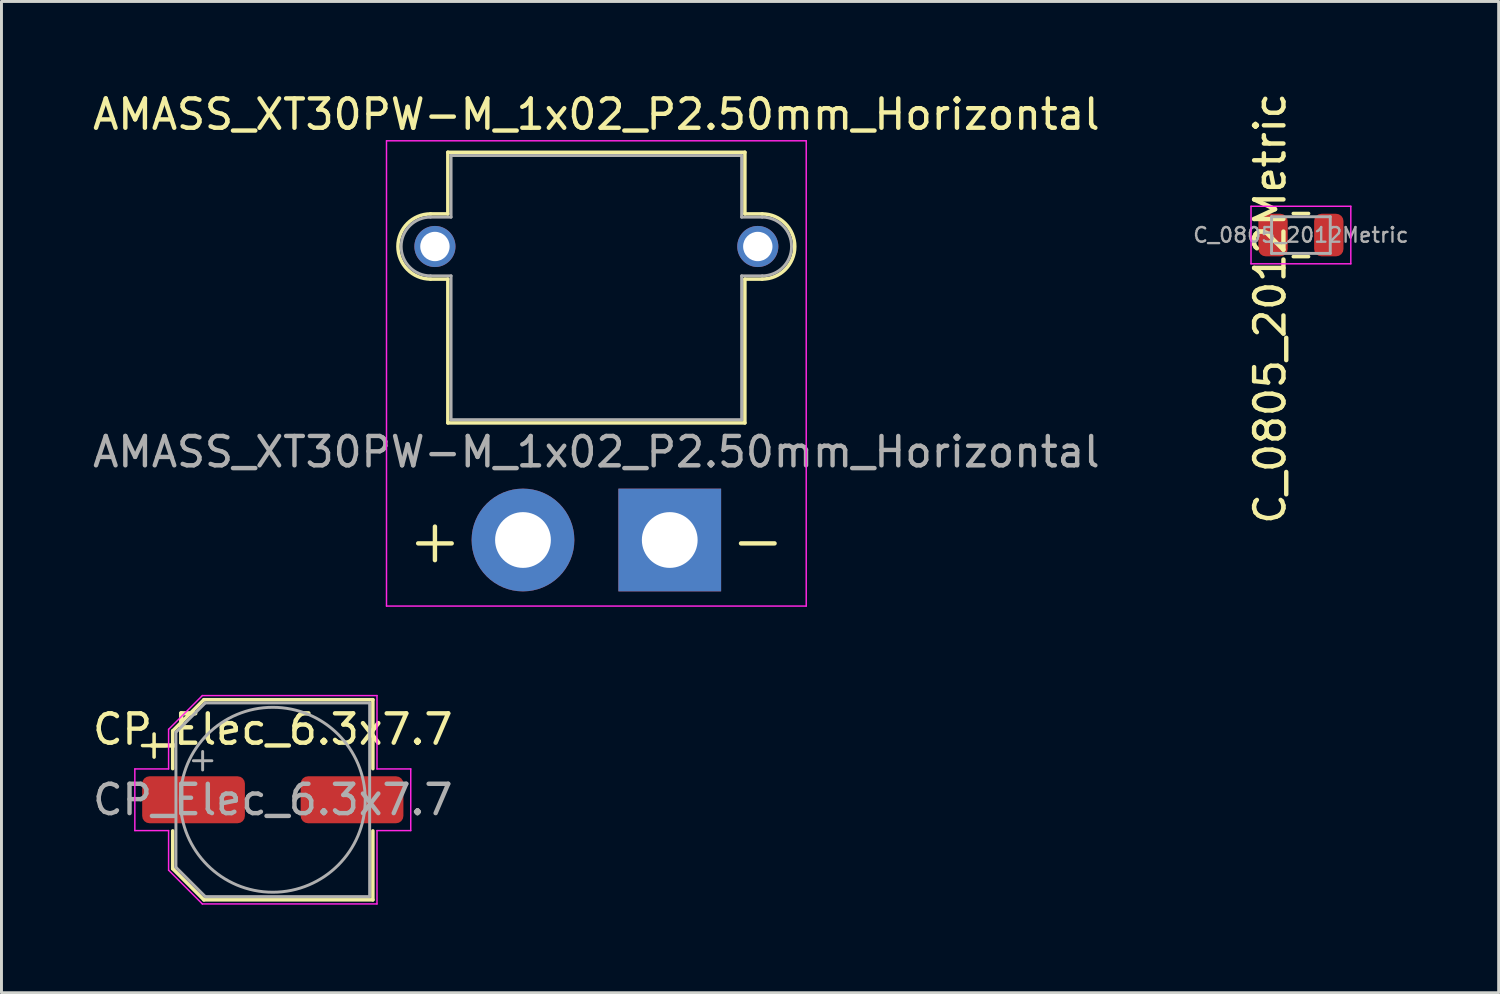
<source format=kicad_pcb>
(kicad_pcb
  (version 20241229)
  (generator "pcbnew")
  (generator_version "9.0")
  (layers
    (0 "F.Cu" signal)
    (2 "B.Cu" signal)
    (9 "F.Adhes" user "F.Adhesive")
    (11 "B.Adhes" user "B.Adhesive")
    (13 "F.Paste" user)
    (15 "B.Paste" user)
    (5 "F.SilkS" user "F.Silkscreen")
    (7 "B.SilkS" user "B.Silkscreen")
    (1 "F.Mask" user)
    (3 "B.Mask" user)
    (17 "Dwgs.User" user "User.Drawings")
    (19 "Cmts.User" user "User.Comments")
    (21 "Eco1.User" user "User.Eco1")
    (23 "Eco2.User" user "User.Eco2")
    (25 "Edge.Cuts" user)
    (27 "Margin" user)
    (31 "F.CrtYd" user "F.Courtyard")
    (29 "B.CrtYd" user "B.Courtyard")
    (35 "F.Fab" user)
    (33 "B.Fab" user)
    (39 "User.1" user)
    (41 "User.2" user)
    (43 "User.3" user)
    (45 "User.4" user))
  (footprint "AMASS_XT30PW-M_1x02_P2.50mm_Horizontal"
    (layer "F.Cu")
    (at 19.768 15.348)
    (property "Reference" "AMASS_XT30PW-M_1x02_P2.50mm_Horizontal" (at -2.5 -14.5 0) (layer "F.SilkS") (effects (font (size 1 1) (thickness 0.15))))
    (attr through_hole)
    (fp_line (start -8.15 -11.11) (end -7.56 -11.11) (stroke (width 0.12) (type solid)) (layer "F.SilkS"))
    (fp_line (start -8.15 -8.89) (end -7.56 -8.89) (stroke (width 0.12) (type solid)) (layer "F.SilkS"))
    (fp_line (start -7.56 -13.21) (end -7.56 -11.11) (stroke (width 0.12) (type solid)) (layer "F.SilkS"))
    (fp_line (start -7.56 -13.21) (end 2.56 -13.21) (stroke (width 0.12) (type solid)) (layer "F.SilkS"))
    (fp_line (start -7.56 -8.89) (end -7.56 -3.99) (stroke (width 0.12) (type solid)) (layer "F.SilkS"))
    (fp_line (start -7.56 -3.99) (end 2.56 -3.99) (stroke (width 0.12) (type solid)) (layer "F.SilkS"))
    (fp_line (start 2.56 -13.21) (end 2.56 -11.11) (stroke (width 0.12) (type solid)) (layer "F.SilkS"))
    (fp_line (start 2.56 -11.11) (end 3.15 -11.11) (stroke (width 0.12) (type solid)) (layer "F.SilkS"))
    (fp_line (start 2.56 -8.89) (end 2.56 -3.99) (stroke (width 0.12) (type solid)) (layer "F.SilkS"))
    (fp_line (start 2.56 -8.89) (end 3.15 -8.89) (stroke (width 0.12) (type solid)) (layer "F.SilkS"))
    (fp_arc (start -8.15 -8.89) (mid -9.26 -10) (end -8.15 -11.11) (stroke (width 0.12) (type solid)) (layer "F.SilkS"))
    (fp_arc (start 3.15 -11.11) (mid 4.26 -10) (end 3.15 -8.89) (stroke (width 0.12) (type solid)) (layer "F.SilkS"))
    (fp_line (start -9.65 -13.6) (end -9.65 2.25) (stroke (width 0.05) (type solid)) (layer "F.CrtYd"))
    (fp_line (start -9.65 -13.6) (end 4.65 -13.6) (stroke (width 0.05) (type solid)) (layer "F.CrtYd"))
    (fp_line (start -9.65 2.25) (end 4.65 2.25) (stroke (width 0.05) (type solid)) (layer "F.CrtYd"))
    (fp_line (start 4.65 -13.6) (end 4.65 2.25) (stroke (width 0.05) (type solid)) (layer "F.CrtYd"))
    (fp_line (start -8.15 -11) (end -7.45 -11) (stroke (width 0.1) (type solid)) (layer "F.Fab"))
    (fp_line (start -8.15 -9) (end -7.45 -9) (stroke (width 0.1) (type solid)) (layer "F.Fab"))
    (fp_line (start -7.45 -13.1) (end -7.45 -11) (stroke (width 0.1) (type solid)) (layer "F.Fab"))
    (fp_line (start -7.45 -13.1) (end 2.45 -13.1) (stroke (width 0.1) (type solid)) (layer "F.Fab"))
    (fp_line (start -7.45 -9) (end -7.45 -4.1) (stroke (width 0.1) (type solid)) (layer "F.Fab"))
    (fp_line (start -7.45 -4.1) (end 2.45 -4.1) (stroke (width 0.1) (type solid)) (layer "F.Fab"))
    (fp_line (start 2.45 -13.1) (end 2.45 -11) (stroke (width 0.1) (type solid)) (layer "F.Fab"))
    (fp_line (start 2.45 -11) (end 3.15 -11) (stroke (width 0.1) (type solid)) (layer "F.Fab"))
    (fp_line (start 2.45 -9) (end 2.45 -4.1) (stroke (width 0.1) (type solid)) (layer "F.Fab"))
    (fp_line (start 2.45 -9) (end 3.15 -9) (stroke (width 0.1) (type solid)) (layer "F.Fab"))
    (fp_arc (start -8.15 -9) (mid -9.15 -10) (end -8.15 -11) (stroke (width 0.1) (type solid)) (layer "F.Fab"))
    (fp_arc (start 3.15 -11) (mid 4.15 -10) (end 3.15 -9) (stroke (width 0.1) (type solid)) (layer "F.Fab"))
    (fp_text user "-" (at 3 0 0) (layer "F.SilkS") (effects (font (size 1.5 1.5) (thickness 0.15))))
    (fp_text user "+" (at -8 0 0) (layer "F.SilkS") (effects (font (size 1.5 1.5) (thickness 0.15))))
    (fp_text user "${REFERENCE}" (at -2.5 -3 0) (layer "F.Fab") (effects (font (size 1 1) (thickness 0.15))))
    (pad "" thru_hole circle (at -8 -10) (size 1.4 1.4) (drill 1) (layers "*.Cu" "*.Mask"))
    (pad "" thru_hole circle (at 3 -10) (size 1.4 1.4) (drill 1) (layers "*.Cu" "*.Mask"))
    (pad "1" thru_hole rect (at 0 0) (size 3.5 3.5) (drill 1.9) (layers "*.Cu" "*.Mask"))
    (pad "2" thru_hole circle (at -5 0) (size 3.5 3.5) (drill 1.9) (layers "*.Cu" "*.Mask")))
  (footprint "C_0805_2012Metric"
    (layer "F.Cu")
    (at 41.272 4.958)
    (property "Reference" "C_0805_2012Metric" (at -1.05 2.5 90) (layer "F.SilkS") (effects (font (size 1 1) (thickness 0.15))))
    (attr smd)
    (fp_line (start -0.261 -0.735) (end 0.261 -0.735) (stroke (width 0.12) (type solid)) (layer "F.SilkS"))
    (fp_line (start -0.261 0.735) (end 0.261 0.735) (stroke (width 0.12) (type solid)) (layer "F.SilkS"))
    (fp_line (start -1.7 -0.98) (end 1.7 -0.98) (stroke (width 0.05) (type solid)) (layer "F.CrtYd"))
    (fp_line (start -1.7 0.98) (end -1.7 -0.98) (stroke (width 0.05) (type solid)) (layer "F.CrtYd"))
    (fp_line (start 1.7 -0.98) (end 1.7 0.98) (stroke (width 0.05) (type solid)) (layer "F.CrtYd"))
    (fp_line (start 1.7 0.98) (end -1.7 0.98) (stroke (width 0.05) (type solid)) (layer "F.CrtYd"))
    (fp_line (start -1 -0.625) (end 1 -0.625) (stroke (width 0.1) (type solid)) (layer "F.Fab"))
    (fp_line (start -1 0.625) (end -1 -0.625) (stroke (width 0.1) (type solid)) (layer "F.Fab"))
    (fp_line (start 1 -0.625) (end 1 0.625) (stroke (width 0.1) (type solid)) (layer "F.Fab"))
    (fp_line (start 1 0.625) (end -1 0.625) (stroke (width 0.1) (type solid)) (layer "F.Fab"))
    (fp_text user "${REFERENCE}" (at 0 0 0) (layer "F.Fab") (effects (font (size 0.5 0.5) (thickness 0.08))))
    (pad "1" smd roundrect (at -0.95 0 180) (size 1 1.45) (layers "F.Cu" "F.Mask" "F.Paste") (roundrect_rratio 0.25))
    (pad "2" smd roundrect (at 0.95 0 180) (size 1 1.45) (layers "F.Cu" "F.Mask" "F.Paste") (roundrect_rratio 0.25)))
  (footprint "CP_Elec_6.3x7.7"
    (layer "F.Cu")
    (at 6.244 24.198)
    (property "Reference" "CP_Elec_6.3x7.7" (at 0 -2.4 0) (layer "F.SilkS") (effects (font (size 1 1) (thickness 0.15))))
    (attr smd)
    (fp_line (start -4.438 -1.847) (end -3.65 -1.847) (stroke (width 0.12) (type solid)) (layer "F.SilkS"))
    (fp_line (start -4.044 -2.241) (end -4.044 -1.454) (stroke (width 0.12) (type solid)) (layer "F.SilkS"))
    (fp_line (start -3.41 -2.346) (end -3.41 -1.06) (stroke (width 0.12) (type solid)) (layer "F.SilkS"))
    (fp_line (start -3.41 -2.346) (end -2.346 -3.41) (stroke (width 0.12) (type solid)) (layer "F.SilkS"))
    (fp_line (start -3.41 2.346) (end -3.41 1.06) (stroke (width 0.12) (type solid)) (layer "F.SilkS"))
    (fp_line (start -3.41 2.346) (end -2.346 3.41) (stroke (width 0.12) (type solid)) (layer "F.SilkS"))
    (fp_line (start -2.346 -3.41) (end 3.41 -3.41) (stroke (width 0.12) (type solid)) (layer "F.SilkS"))
    (fp_line (start -2.346 3.41) (end 3.41 3.41) (stroke (width 0.12) (type solid)) (layer "F.SilkS"))
    (fp_line (start 3.41 -3.41) (end 3.41 -1.06) (stroke (width 0.12) (type solid)) (layer "F.SilkS"))
    (fp_line (start 3.41 3.41) (end 3.41 1.06) (stroke (width 0.12) (type solid)) (layer "F.SilkS"))
    (fp_line (start -4.7 -1.05) (end -4.7 1.05) (stroke (width 0.05) (type solid)) (layer "F.CrtYd"))
    (fp_line (start -4.7 1.05) (end -3.55 1.05) (stroke (width 0.05) (type solid)) (layer "F.CrtYd"))
    (fp_line (start -3.55 -2.4) (end -3.55 -1.05) (stroke (width 0.05) (type solid)) (layer "F.CrtYd"))
    (fp_line (start -3.55 -2.4) (end -2.4 -3.55) (stroke (width 0.05) (type solid)) (layer "F.CrtYd"))
    (fp_line (start -3.55 -1.05) (end -4.7 -1.05) (stroke (width 0.05) (type solid)) (layer "F.CrtYd"))
    (fp_line (start -3.55 1.05) (end -3.55 2.4) (stroke (width 0.05) (type solid)) (layer "F.CrtYd"))
    (fp_line (start -3.55 2.4) (end -2.4 3.55) (stroke (width 0.05) (type solid)) (layer "F.CrtYd"))
    (fp_line (start -2.4 -3.55) (end 3.55 -3.55) (stroke (width 0.05) (type solid)) (layer "F.CrtYd"))
    (fp_line (start -2.4 3.55) (end 3.55 3.55) (stroke (width 0.05) (type solid)) (layer "F.CrtYd"))
    (fp_line (start 3.55 -3.55) (end 3.55 -1.05) (stroke (width 0.05) (type solid)) (layer "F.CrtYd"))
    (fp_line (start 3.55 -1.05) (end 4.7 -1.05) (stroke (width 0.05) (type solid)) (layer "F.CrtYd"))
    (fp_line (start 3.55 1.05) (end 3.55 3.55) (stroke (width 0.05) (type solid)) (layer "F.CrtYd"))
    (fp_line (start 4.7 -1.05) (end 4.7 1.05) (stroke (width 0.05) (type solid)) (layer "F.CrtYd"))
    (fp_line (start 4.7 1.05) (end 3.55 1.05) (stroke (width 0.05) (type solid)) (layer "F.CrtYd"))
    (fp_line (start -3.3 -2.3) (end -3.3 2.3) (stroke (width 0.1) (type solid)) (layer "F.Fab"))
    (fp_line (start -3.3 -2.3) (end -2.3 -3.3) (stroke (width 0.1) (type solid)) (layer "F.Fab"))
    (fp_line (start -3.3 2.3) (end -2.3 3.3) (stroke (width 0.1) (type solid)) (layer "F.Fab"))
    (fp_line (start -2.705 -1.33) (end -2.075 -1.33) (stroke (width 0.1) (type solid)) (layer "F.Fab"))
    (fp_line (start -2.39 -1.645) (end -2.39 -1.015) (stroke (width 0.1) (type solid)) (layer "F.Fab"))
    (fp_line (start -2.3 -3.3) (end 3.3 -3.3) (stroke (width 0.1) (type solid)) (layer "F.Fab"))
    (fp_line (start -2.3 3.3) (end 3.3 3.3) (stroke (width 0.1) (type solid)) (layer "F.Fab"))
    (fp_line (start 3.3 -3.3) (end 3.3 3.3) (stroke (width 0.1) (type solid)) (layer "F.Fab"))
    (fp_circle (center 0 0) (end 3.15 0) (stroke (width 0.1) (type solid)) (fill no) (layer "F.Fab"))
    (fp_text user "${REFERENCE}" (at 0 0 0) (layer "F.Fab") (effects (font (size 1 1) (thickness 0.15))))
    (pad "1" smd roundrect (at -2.7 0 180) (size 3.5 1.6) (layers "F.Cu" "F.Mask" "F.Paste") (roundrect_rratio 0.156))
    (pad "2" smd roundrect (at 2.7 0 180) (size 3.5 1.6) (layers "F.Cu" "F.Mask" "F.Paste") (roundrect_rratio 0.156)))
  (gr_rect
    (start -3 -3)
    (end 48.009 30.773)
    (stroke (width 0.1) (type default))
    (fill no)
    (layer "Edge.Cuts")))
</source>
